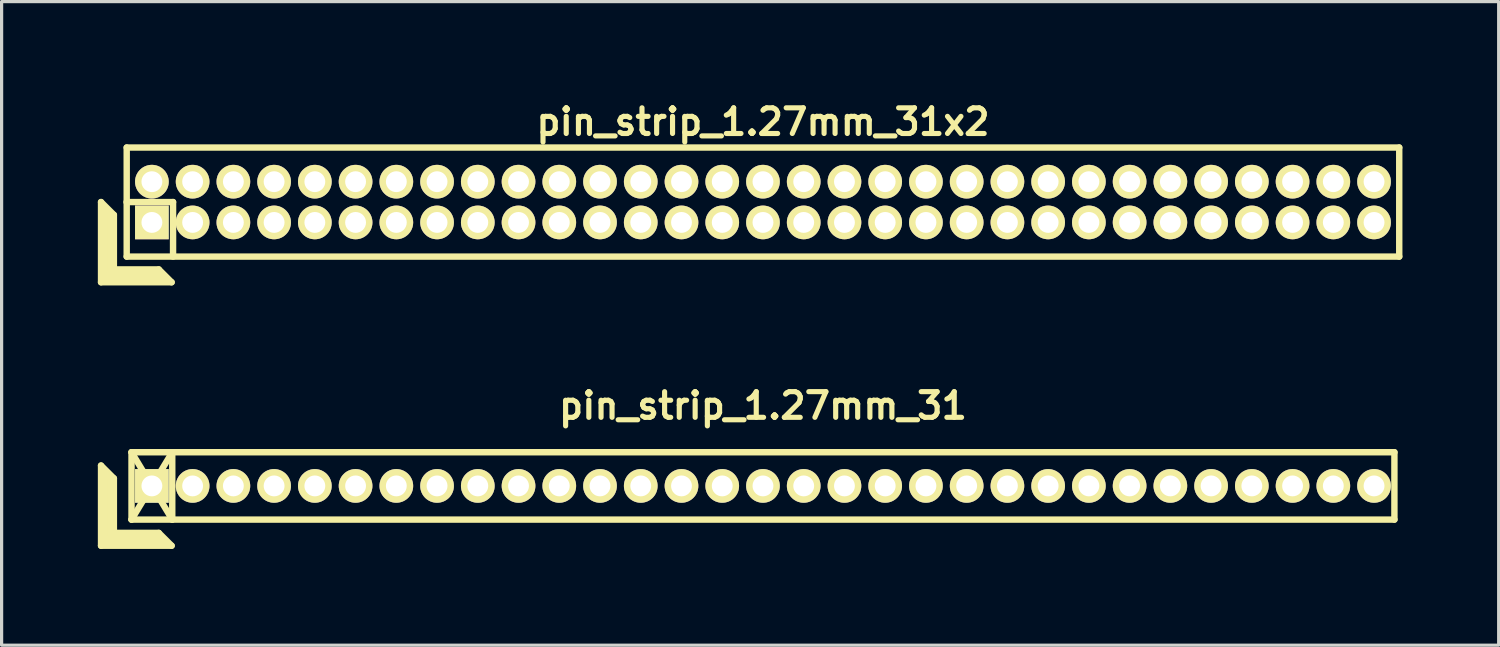
<source format=kicad_pcb>
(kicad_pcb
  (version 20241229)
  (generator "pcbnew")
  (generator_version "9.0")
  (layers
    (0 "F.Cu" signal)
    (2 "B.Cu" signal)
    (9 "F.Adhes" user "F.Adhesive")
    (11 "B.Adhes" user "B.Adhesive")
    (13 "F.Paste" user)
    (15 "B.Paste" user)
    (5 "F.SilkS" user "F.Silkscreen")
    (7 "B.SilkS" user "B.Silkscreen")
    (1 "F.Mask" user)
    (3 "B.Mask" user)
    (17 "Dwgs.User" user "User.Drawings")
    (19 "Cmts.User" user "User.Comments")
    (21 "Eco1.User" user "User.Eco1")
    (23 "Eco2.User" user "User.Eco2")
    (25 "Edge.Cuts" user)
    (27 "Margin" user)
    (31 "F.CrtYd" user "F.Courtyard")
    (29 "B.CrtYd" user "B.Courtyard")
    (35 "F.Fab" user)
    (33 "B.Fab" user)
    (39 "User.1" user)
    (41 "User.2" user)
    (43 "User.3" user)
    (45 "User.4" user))
  (footprint "pin_strip_1.27mm_31"
    (layer "F.Cu")
    (at 20.735 12.098)
    (property "Reference" "pin_strip_1.27mm_31" (at 0 -2.5 0) (layer "F.SilkS") (effects (font (size 0.8 0.8) (thickness 0.16))))
    (attr through_hole)
    (fp_line (start -20.635 -0.635) (end -20.635 1.865) (stroke (width 0.2) (type solid)) (layer "F.SilkS"))
    (fp_line (start -20.635 -0.635) (end -20.235 -0.235) (stroke (width 0.2) (type solid)) (layer "F.SilkS"))
    (fp_line (start -20.635 1.865) (end -18.435 1.865) (stroke (width 0.2) (type solid)) (layer "F.SilkS"))
    (fp_line (start -20.535 1.765) (end -20.535 -0.435) (stroke (width 0.2) (type solid)) (layer "F.SilkS"))
    (fp_line (start -20.535 1.765) (end -18.635 1.765) (stroke (width 0.2) (type solid)) (layer "F.SilkS"))
    (fp_line (start -20.435 1.665) (end -20.435 -0.335) (stroke (width 0.2) (type solid)) (layer "F.SilkS"))
    (fp_line (start -20.435 1.665) (end -18.735 1.665) (stroke (width 0.2) (type solid)) (layer "F.SilkS"))
    (fp_line (start -20.335 1.565) (end -20.335 -0.235) (stroke (width 0.2) (type solid)) (layer "F.SilkS"))
    (fp_line (start -20.335 1.565) (end -18.835 1.565) (stroke (width 0.2) (type solid)) (layer "F.SilkS"))
    (fp_line (start -20.235 1.465) (end -20.235 -0.235) (stroke (width 0.2) (type solid)) (layer "F.SilkS"))
    (fp_line (start -20.235 1.465) (end -18.835 1.465) (stroke (width 0.2) (type solid)) (layer "F.SilkS"))
    (fp_line (start -19.685 -1.05) (end -18.415 1.05) (stroke (width 0.2) (type solid)) (layer "F.SilkS"))
    (fp_line (start -19.685 -1.05) (end 19.685 -1.05) (stroke (width 0.2) (type solid)) (layer "F.SilkS"))
    (fp_line (start -19.685 1.05) (end -19.685 -1.05) (stroke (width 0.2) (type solid)) (layer "F.SilkS"))
    (fp_line (start -19.685 1.05) (end -18.415 -1.05) (stroke (width 0.2) (type solid)) (layer "F.SilkS"))
    (fp_line (start -18.835 1.465) (end -18.435 1.865) (stroke (width 0.2) (type solid)) (layer "F.SilkS"))
    (fp_line (start -18.415 -1.05) (end -18.415 1.05) (stroke (width 0.2) (type solid)) (layer "F.SilkS"))
    (fp_line (start 19.685 -1.05) (end 19.685 1.05) (stroke (width 0.2) (type solid)) (layer "F.SilkS"))
    (fp_line (start 19.685 1.05) (end -19.685 1.05) (stroke (width 0.2) (type solid)) (layer "F.SilkS"))
    (pad "1" thru_hole rect (at -19.05 0) (size 1.05 1.05) (drill 0.65) (layers "*.Cu" "*.Mask" "F.SilkS"))
    (pad "2" thru_hole oval (at -17.78 0) (size 1.05 1.05) (drill 0.65) (layers "*.Cu" "*.Mask" "F.SilkS"))
    (pad "3" thru_hole oval (at -16.51 0) (size 1.05 1.05) (drill 0.65) (layers "*.Cu" "*.Mask" "F.SilkS"))
    (pad "4" thru_hole oval (at -15.24 0) (size 1.05 1.05) (drill 0.65) (layers "*.Cu" "*.Mask" "F.SilkS"))
    (pad "5" thru_hole oval (at -13.97 0) (size 1.05 1.05) (drill 0.65) (layers "*.Cu" "*.Mask" "F.SilkS"))
    (pad "6" thru_hole oval (at -12.7 0) (size 1.05 1.05) (drill 0.65) (layers "*.Cu" "*.Mask" "F.SilkS"))
    (pad "7" thru_hole oval (at -11.43 0) (size 1.05 1.05) (drill 0.65) (layers "*.Cu" "*.Mask" "F.SilkS"))
    (pad "8" thru_hole oval (at -10.16 0) (size 1.05 1.05) (drill 0.65) (layers "*.Cu" "*.Mask" "F.SilkS"))
    (pad "9" thru_hole oval (at -8.89 0) (size 1.05 1.05) (drill 0.65) (layers "*.Cu" "*.Mask" "F.SilkS"))
    (pad "10" thru_hole oval (at -7.62 0) (size 1.05 1.05) (drill 0.65) (layers "*.Cu" "*.Mask" "F.SilkS"))
    (pad "11" thru_hole oval (at -6.35 0) (size 1.05 1.05) (drill 0.65) (layers "*.Cu" "*.Mask" "F.SilkS"))
    (pad "12" thru_hole oval (at -5.08 0) (size 1.05 1.05) (drill 0.65) (layers "*.Cu" "*.Mask" "F.SilkS"))
    (pad "13" thru_hole oval (at -3.81 0) (size 1.05 1.05) (drill 0.65) (layers "*.Cu" "*.Mask" "F.SilkS"))
    (pad "14" thru_hole oval (at -2.54 0) (size 1.05 1.05) (drill 0.65) (layers "*.Cu" "*.Mask" "F.SilkS"))
    (pad "15" thru_hole oval (at -1.27 0) (size 1.05 1.05) (drill 0.65) (layers "*.Cu" "*.Mask" "F.SilkS"))
    (pad "16" thru_hole oval (at 0 0) (size 1.05 1.05) (drill 0.65) (layers "*.Cu" "*.Mask" "F.SilkS"))
    (pad "17" thru_hole oval (at 1.27 0) (size 1.05 1.05) (drill 0.65) (layers "*.Cu" "*.Mask" "F.SilkS"))
    (pad "18" thru_hole oval (at 2.54 0) (size 1.05 1.05) (drill 0.65) (layers "*.Cu" "*.Mask" "F.SilkS"))
    (pad "19" thru_hole oval (at 3.81 0) (size 1.05 1.05) (drill 0.65) (layers "*.Cu" "*.Mask" "F.SilkS"))
    (pad "20" thru_hole oval (at 5.08 0) (size 1.05 1.05) (drill 0.65) (layers "*.Cu" "*.Mask" "F.SilkS"))
    (pad "21" thru_hole oval (at 6.35 0) (size 1.05 1.05) (drill 0.65) (layers "*.Cu" "*.Mask" "F.SilkS"))
    (pad "22" thru_hole oval (at 7.62 0) (size 1.05 1.05) (drill 0.65) (layers "*.Cu" "*.Mask" "F.SilkS"))
    (pad "23" thru_hole oval (at 8.89 0) (size 1.05 1.05) (drill 0.65) (layers "*.Cu" "*.Mask" "F.SilkS"))
    (pad "24" thru_hole oval (at 10.16 0) (size 1.05 1.05) (drill 0.65) (layers "*.Cu" "*.Mask" "F.SilkS"))
    (pad "25" thru_hole oval (at 11.43 0) (size 1.05 1.05) (drill 0.65) (layers "*.Cu" "*.Mask" "F.SilkS"))
    (pad "26" thru_hole oval (at 12.7 0) (size 1.05 1.05) (drill 0.65) (layers "*.Cu" "*.Mask" "F.SilkS"))
    (pad "27" thru_hole oval (at 13.97 0) (size 1.05 1.05) (drill 0.65) (layers "*.Cu" "*.Mask" "F.SilkS"))
    (pad "28" thru_hole oval (at 15.24 0) (size 1.05 1.05) (drill 0.65) (layers "*.Cu" "*.Mask" "F.SilkS"))
    (pad "29" thru_hole oval (at 16.51 0) (size 1.05 1.05) (drill 0.65) (layers "*.Cu" "*.Mask" "F.SilkS"))
    (pad "30" thru_hole oval (at 17.78 0) (size 1.05 1.05) (drill 0.65) (layers "*.Cu" "*.Mask" "F.SilkS"))
    (pad "31" thru_hole oval (at 19.05 0) (size 1.05 1.05) (drill 0.65) (layers "*.Cu" "*.Mask" "F.SilkS")))
  (footprint "pin_strip_1.27mm_31x2"
    (layer "F.Cu")
    (at 20.735 3.249)
    (property "Reference" "pin_strip_1.27mm_31x2" (at 0 -2.5 0) (layer "F.SilkS") (effects (font (size 0.8 0.8) (thickness 0.16))))
    (attr through_hole)
    (fp_line (start -20.635 0) (end -20.635 2.5) (stroke (width 0.2) (type solid)) (layer "F.SilkS"))
    (fp_line (start -20.635 0) (end -20.235 0.4) (stroke (width 0.2) (type solid)) (layer "F.SilkS"))
    (fp_line (start -20.635 2.5) (end -18.435 2.5) (stroke (width 0.2) (type solid)) (layer "F.SilkS"))
    (fp_line (start -20.535 2.4) (end -20.535 0.2) (stroke (width 0.2) (type solid)) (layer "F.SilkS"))
    (fp_line (start -20.535 2.4) (end -18.635 2.4) (stroke (width 0.2) (type solid)) (layer "F.SilkS"))
    (fp_line (start -20.435 2.3) (end -20.435 0.3) (stroke (width 0.2) (type solid)) (layer "F.SilkS"))
    (fp_line (start -20.435 2.3) (end -18.735 2.3) (stroke (width 0.2) (type solid)) (layer "F.SilkS"))
    (fp_line (start -20.335 2.2) (end -20.335 0.4) (stroke (width 0.2) (type solid)) (layer "F.SilkS"))
    (fp_line (start -20.335 2.2) (end -18.835 2.2) (stroke (width 0.2) (type solid)) (layer "F.SilkS"))
    (fp_line (start -20.235 2.1) (end -20.235 0.4) (stroke (width 0.2) (type solid)) (layer "F.SilkS"))
    (fp_line (start -20.235 2.1) (end -18.835 2.1) (stroke (width 0.2) (type solid)) (layer "F.SilkS"))
    (fp_line (start -19.84 0) (end -18.39 0) (stroke (width 0.2) (type solid)) (layer "F.SilkS"))
    (fp_line (start -19.835 -1.7) (end 19.835 -1.7) (stroke (width 0.2) (type solid)) (layer "F.SilkS"))
    (fp_line (start -19.835 1.7) (end -19.835 -1.7) (stroke (width 0.2) (type solid)) (layer "F.SilkS"))
    (fp_line (start -18.835 2.1) (end -18.435 2.5) (stroke (width 0.2) (type solid)) (layer "F.SilkS"))
    (fp_line (start -18.39 0) (end -18.39 1.7) (stroke (width 0.2) (type solid)) (layer "F.SilkS"))
    (fp_line (start 19.835 -1.7) (end 19.835 1.7) (stroke (width 0.2) (type solid)) (layer "F.SilkS"))
    (fp_line (start 19.835 1.7) (end -19.835 1.7) (stroke (width 0.2) (type solid)) (layer "F.SilkS"))
    (pad "1" thru_hole rect (at -19.05 0.635) (size 1.05 1.05) (drill 0.65) (layers "*.Cu" "*.Mask" "F.SilkS"))
    (pad "2" thru_hole oval (at -19.05 -0.635) (size 1.05 1.05) (drill 0.65) (layers "*.Cu" "*.Mask" "F.SilkS"))
    (pad "3" thru_hole oval (at -17.78 0.635) (size 1.05 1.05) (drill 0.65) (layers "*.Cu" "*.Mask" "F.SilkS"))
    (pad "4" thru_hole oval (at -17.78 -0.635) (size 1.05 1.05) (drill 0.65) (layers "*.Cu" "*.Mask" "F.SilkS"))
    (pad "5" thru_hole oval (at -16.51 0.635) (size 1.05 1.05) (drill 0.65) (layers "*.Cu" "*.Mask" "F.SilkS"))
    (pad "6" thru_hole oval (at -16.51 -0.635) (size 1.05 1.05) (drill 0.65) (layers "*.Cu" "*.Mask" "F.SilkS"))
    (pad "7" thru_hole oval (at -15.24 0.635) (size 1.05 1.05) (drill 0.65) (layers "*.Cu" "*.Mask" "F.SilkS"))
    (pad "8" thru_hole oval (at -15.24 -0.635) (size 1.05 1.05) (drill 0.65) (layers "*.Cu" "*.Mask" "F.SilkS"))
    (pad "9" thru_hole oval (at -13.97 0.635) (size 1.05 1.05) (drill 0.65) (layers "*.Cu" "*.Mask" "F.SilkS"))
    (pad "10" thru_hole oval (at -13.97 -0.635) (size 1.05 1.05) (drill 0.65) (layers "*.Cu" "*.Mask" "F.SilkS"))
    (pad "11" thru_hole oval (at -12.7 0.635) (size 1.05 1.05) (drill 0.65) (layers "*.Cu" "*.Mask" "F.SilkS"))
    (pad "12" thru_hole oval (at -12.7 -0.635) (size 1.05 1.05) (drill 0.65) (layers "*.Cu" "*.Mask" "F.SilkS"))
    (pad "13" thru_hole oval (at -11.43 0.635) (size 1.05 1.05) (drill 0.65) (layers "*.Cu" "*.Mask" "F.SilkS"))
    (pad "14" thru_hole oval (at -11.43 -0.635) (size 1.05 1.05) (drill 0.65) (layers "*.Cu" "*.Mask" "F.SilkS"))
    (pad "15" thru_hole oval (at -10.16 0.635) (size 1.05 1.05) (drill 0.65) (layers "*.Cu" "*.Mask" "F.SilkS"))
    (pad "16" thru_hole oval (at -10.16 -0.635) (size 1.05 1.05) (drill 0.65) (layers "*.Cu" "*.Mask" "F.SilkS"))
    (pad "17" thru_hole oval (at -8.89 0.635) (size 1.05 1.05) (drill 0.65) (layers "*.Cu" "*.Mask" "F.SilkS"))
    (pad "18" thru_hole oval (at -8.89 -0.635) (size 1.05 1.05) (drill 0.65) (layers "*.Cu" "*.Mask" "F.SilkS"))
    (pad "19" thru_hole oval (at -7.62 0.635) (size 1.05 1.05) (drill 0.65) (layers "*.Cu" "*.Mask" "F.SilkS"))
    (pad "20" thru_hole oval (at -7.62 -0.635) (size 1.05 1.05) (drill 0.65) (layers "*.Cu" "*.Mask" "F.SilkS"))
    (pad "21" thru_hole oval (at -6.35 0.635) (size 1.05 1.05) (drill 0.65) (layers "*.Cu" "*.Mask" "F.SilkS"))
    (pad "22" thru_hole oval (at -6.35 -0.635) (size 1.05 1.05) (drill 0.65) (layers "*.Cu" "*.Mask" "F.SilkS"))
    (pad "23" thru_hole oval (at -5.08 0.635) (size 1.05 1.05) (drill 0.65) (layers "*.Cu" "*.Mask" "F.SilkS"))
    (pad "24" thru_hole oval (at -5.08 -0.635) (size 1.05 1.05) (drill 0.65) (layers "*.Cu" "*.Mask" "F.SilkS"))
    (pad "25" thru_hole oval (at -3.81 0.635) (size 1.05 1.05) (drill 0.65) (layers "*.Cu" "*.Mask" "F.SilkS"))
    (pad "26" thru_hole oval (at -3.81 -0.635) (size 1.05 1.05) (drill 0.65) (layers "*.Cu" "*.Mask" "F.SilkS"))
    (pad "27" thru_hole oval (at -2.54 0.635) (size 1.05 1.05) (drill 0.65) (layers "*.Cu" "*.Mask" "F.SilkS"))
    (pad "28" thru_hole oval (at -2.54 -0.635) (size 1.05 1.05) (drill 0.65) (layers "*.Cu" "*.Mask" "F.SilkS"))
    (pad "29" thru_hole oval (at -1.27 0.635) (size 1.05 1.05) (drill 0.65) (layers "*.Cu" "*.Mask" "F.SilkS"))
    (pad "30" thru_hole oval (at -1.27 -0.635) (size 1.05 1.05) (drill 0.65) (layers "*.Cu" "*.Mask" "F.SilkS"))
    (pad "31" thru_hole oval (at 0 0.635) (size 1.05 1.05) (drill 0.65) (layers "*.Cu" "*.Mask" "F.SilkS"))
    (pad "32" thru_hole oval (at 0 -0.635) (size 1.05 1.05) (drill 0.65) (layers "*.Cu" "*.Mask" "F.SilkS"))
    (pad "33" thru_hole oval (at 1.27 0.635) (size 1.05 1.05) (drill 0.65) (layers "*.Cu" "*.Mask" "F.SilkS"))
    (pad "34" thru_hole oval (at 1.27 -0.635) (size 1.05 1.05) (drill 0.65) (layers "*.Cu" "*.Mask" "F.SilkS"))
    (pad "35" thru_hole oval (at 2.54 0.635) (size 1.05 1.05) (drill 0.65) (layers "*.Cu" "*.Mask" "F.SilkS"))
    (pad "36" thru_hole oval (at 2.54 -0.635) (size 1.05 1.05) (drill 0.65) (layers "*.Cu" "*.Mask" "F.SilkS"))
    (pad "37" thru_hole oval (at 3.81 0.635) (size 1.05 1.05) (drill 0.65) (layers "*.Cu" "*.Mask" "F.SilkS"))
    (pad "38" thru_hole oval (at 3.81 -0.635) (size 1.05 1.05) (drill 0.65) (layers "*.Cu" "*.Mask" "F.SilkS"))
    (pad "39" thru_hole oval (at 5.08 0.635) (size 1.05 1.05) (drill 0.65) (layers "*.Cu" "*.Mask" "F.SilkS"))
    (pad "40" thru_hole oval (at 5.08 -0.635) (size 1.05 1.05) (drill 0.65) (layers "*.Cu" "*.Mask" "F.SilkS"))
    (pad "41" thru_hole oval (at 6.35 0.635) (size 1.05 1.05) (drill 0.65) (layers "*.Cu" "*.Mask" "F.SilkS"))
    (pad "42" thru_hole oval (at 6.35 -0.635) (size 1.05 1.05) (drill 0.65) (layers "*.Cu" "*.Mask" "F.SilkS"))
    (pad "43" thru_hole oval (at 7.62 0.635) (size 1.05 1.05) (drill 0.65) (layers "*.Cu" "*.Mask" "F.SilkS"))
    (pad "44" thru_hole oval (at 7.62 -0.635) (size 1.05 1.05) (drill 0.65) (layers "*.Cu" "*.Mask" "F.SilkS"))
    (pad "45" thru_hole oval (at 8.89 0.635) (size 1.05 1.05) (drill 0.65) (layers "*.Cu" "*.Mask" "F.SilkS"))
    (pad "46" thru_hole oval (at 8.89 -0.635) (size 1.05 1.05) (drill 0.65) (layers "*.Cu" "*.Mask" "F.SilkS"))
    (pad "47" thru_hole oval (at 10.16 0.635) (size 1.05 1.05) (drill 0.65) (layers "*.Cu" "*.Mask" "F.SilkS"))
    (pad "48" thru_hole oval (at 10.16 -0.635) (size 1.05 1.05) (drill 0.65) (layers "*.Cu" "*.Mask" "F.SilkS"))
    (pad "49" thru_hole oval (at 11.43 0.635) (size 1.05 1.05) (drill 0.65) (layers "*.Cu" "*.Mask" "F.SilkS"))
    (pad "50" thru_hole oval (at 11.43 -0.635) (size 1.05 1.05) (drill 0.65) (layers "*.Cu" "*.Mask" "F.SilkS"))
    (pad "51" thru_hole circle (at 12.7 0.635) (size 1.05 1.05) (drill 0.65) (layers "*.Cu" "*.Mask" "F.SilkS"))
    (pad "52" thru_hole oval (at 12.7 -0.635) (size 1.05 1.05) (drill 0.65) (layers "*.Cu" "*.Mask" "F.SilkS"))
    (pad "53" thru_hole oval (at 13.97 0.635) (size 1.05 1.05) (drill 0.65) (layers "*.Cu" "*.Mask" "F.SilkS"))
    (pad "54" thru_hole oval (at 13.97 -0.635) (size 1.05 1.05) (drill 0.65) (layers "*.Cu" "*.Mask" "F.SilkS"))
    (pad "55" thru_hole oval (at 15.24 0.635) (size 1.05 1.05) (drill 0.65) (layers "*.Cu" "*.Mask" "F.SilkS"))
    (pad "56" thru_hole oval (at 15.24 -0.635) (size 1.05 1.05) (drill 0.65) (layers "*.Cu" "*.Mask" "F.SilkS"))
    (pad "57" thru_hole oval (at 16.51 0.635) (size 1.05 1.05) (drill 0.65) (layers "*.Cu" "*.Mask" "F.SilkS"))
    (pad "58" thru_hole oval (at 16.51 -0.635) (size 1.05 1.05) (drill 0.65) (layers "*.Cu" "*.Mask" "F.SilkS"))
    (pad "59" thru_hole oval (at 17.78 0.635) (size 1.05 1.05) (drill 0.65) (layers "*.Cu" "*.Mask" "F.SilkS"))
    (pad "60" thru_hole oval (at 17.78 -0.635) (size 1.05 1.05) (drill 0.65) (layers "*.Cu" "*.Mask" "F.SilkS"))
    (pad "61" thru_hole oval (at 19.05 0.635) (size 1.05 1.05) (drill 0.65) (layers "*.Cu" "*.Mask" "F.SilkS"))
    (pad "62" thru_hole oval (at 19.05 -0.635) (size 1.05 1.05) (drill 0.65) (layers "*.Cu" "*.Mask" "F.SilkS")))
  (gr_rect
    (start -3 -3)
    (end 43.67 17.063)
    (stroke (width 0.1) (type default))
    (fill no)
    (layer "Edge.Cuts")))
</source>
